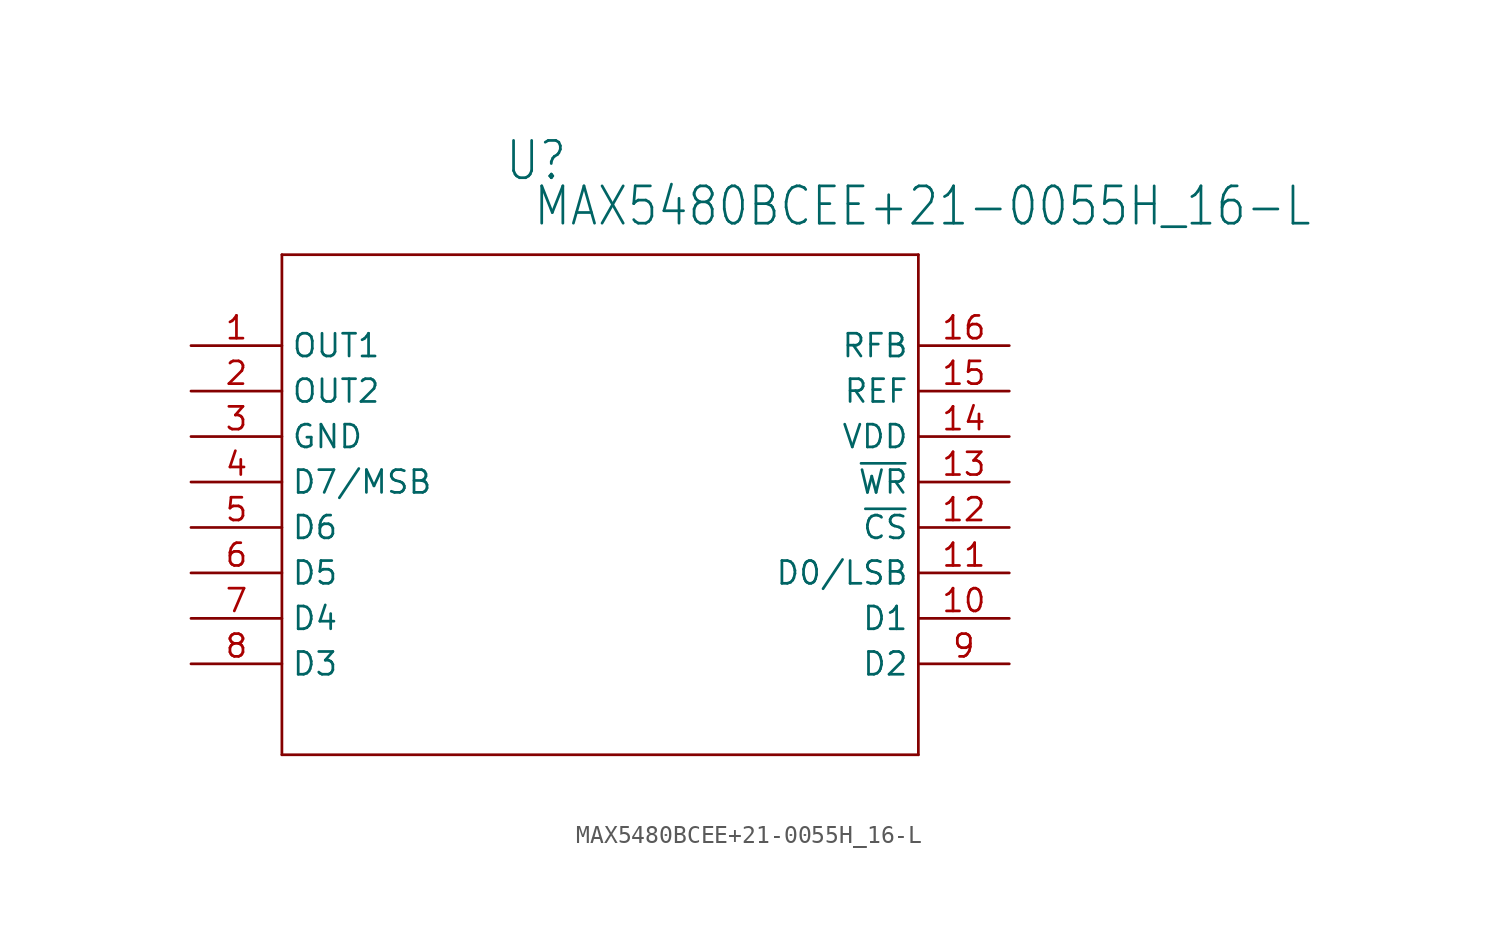
<source format=kicad_sym>
(kicad_symbol_lib
  (version 20211014)
  (generator kicad_symbol_editor)
  (symbol "MAX5480BCEE+21-0055H_16-L"
    (property "Reference" "U"
      (at 20.041 9.119 0)
      (effects (font (size 2.083 1.77)) (justify left bottom)))
    (property "Value" "MAX5480BCEE+21-0055H_16-L"
      (at 21.615 6.579 0)
      (effects (font (size 2.083 1.77)) (justify left bottom)))
    (property "ki_locked" ""
      (at 0 0 0)
      (effects (font (size 1.27 1.27))))
    (symbol "MAX5480BCEE+21-0055H_16-L_1_0"
      (polyline (pts (xy 7.62 -22.86) (xy 43.18 -22.86)) (stroke (width 0.152) (type default) (color 0 0 0 0)) (fill (type none)))
      (polyline (pts (xy 7.62 5.08) (xy 7.62 -22.86)) (stroke (width 0.152) (type default) (color 0 0 0 0)) (fill (type none)))
      (polyline (pts (xy 43.18 -22.86) (xy 43.18 5.08)) (stroke (width 0.152) (type default) (color 0 0 0 0)) (fill (type none)))
      (polyline (pts (xy 43.18 5.08) (xy 7.62 5.08)) (stroke (width 0.152) (type default) (color 0 0 0 0)) (fill (type none)))
      (pin output line (at 2.54 0 0) (length 5.08) (name "OUT1" (effects (font (size 1.27 1.27)))) (number "1" (effects (font (size 1.27 1.27)))))
      (pin input line (at 48.26 -15.24 180) (length 5.08) (name "D1" (effects (font (size 1.27 1.27)))) (number "10" (effects (font (size 1.27 1.27)))))
      (pin input line (at 48.26 -12.7 180) (length 5.08) (name "D0/LSB" (effects (font (size 1.27 1.27)))) (number "11" (effects (font (size 1.27 1.27)))))
      (pin input line (at 48.26 -10.16 180) (length 5.08) (name "~{CS}" (effects (font (size 1.27 1.27)))) (number "12" (effects (font (size 1.27 1.27)))))
      (pin input line (at 48.26 -7.62 180) (length 5.08) (name "~{WR}" (effects (font (size 1.27 1.27)))) (number "13" (effects (font (size 1.27 1.27)))))
      (pin power_in line (at 48.26 -5.08 180) (length 5.08) (name "VDD" (effects (font (size 1.27 1.27)))) (number "14" (effects (font (size 1.27 1.27)))))
      (pin input line (at 48.26 -2.54 180) (length 5.08) (name "REF" (effects (font (size 1.27 1.27)))) (number "15" (effects (font (size 1.27 1.27)))))
      (pin passive line (at 48.26 0 180) (length 5.08) (name "RFB" (effects (font (size 1.27 1.27)))) (number "16" (effects (font (size 1.27 1.27)))))
      (pin output line (at 2.54 -2.54 0) (length 5.08) (name "OUT2" (effects (font (size 1.27 1.27)))) (number "2" (effects (font (size 1.27 1.27)))))
      (pin power_in line (at 2.54 -5.08 0) (length 5.08) (name "GND" (effects (font (size 1.27 1.27)))) (number "3" (effects (font (size 1.27 1.27)))))
      (pin input line (at 2.54 -7.62 0) (length 5.08) (name "D7/MSB" (effects (font (size 1.27 1.27)))) (number "4" (effects (font (size 1.27 1.27)))))
      (pin input line (at 2.54 -10.16 0) (length 5.08) (name "D6" (effects (font (size 1.27 1.27)))) (number "5" (effects (font (size 1.27 1.27)))))
      (pin input line (at 2.54 -12.7 0) (length 5.08) (name "D5" (effects (font (size 1.27 1.27)))) (number "6" (effects (font (size 1.27 1.27)))))
      (pin input line (at 2.54 -15.24 0) (length 5.08) (name "D4" (effects (font (size 1.27 1.27)))) (number "7" (effects (font (size 1.27 1.27)))))
      (pin input line (at 2.54 -17.78 0) (length 5.08) (name "D3" (effects (font (size 1.27 1.27)))) (number "8" (effects (font (size 1.27 1.27)))))
      (pin input line (at 48.26 -17.78 180) (length 5.08) (name "D2" (effects (font (size 1.27 1.27)))) (number "9" (effects (font (size 1.27 1.27))))))))
</source>
